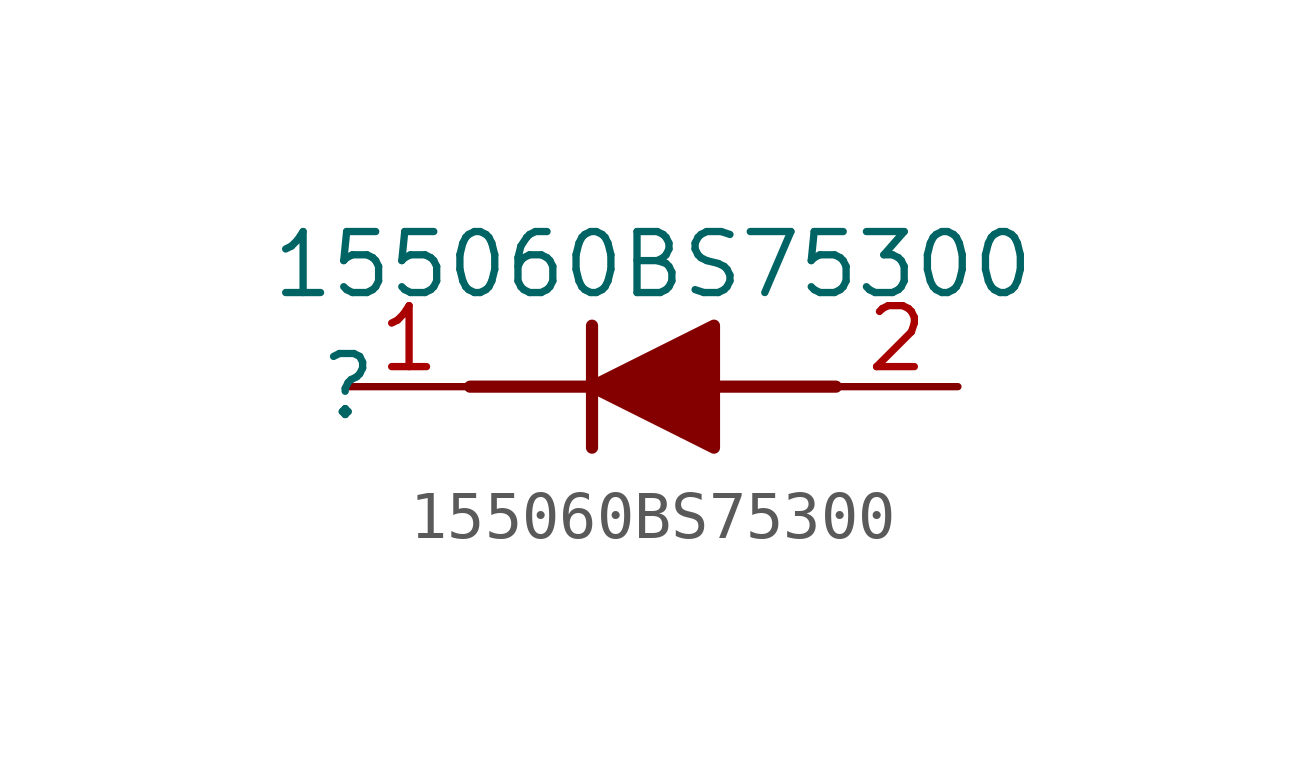
<source format=kicad_sym>
(kicad_symbol_lib
  (version 20211014)
  (generator kicad_symbol_editor)
  (symbol "155060BS75300"
    (pin_names hide)
    (property "Reference" ""
      (at 0 0 0)
      (effects (font (size 1.27 1.27))))
    (property "Value" "155060BS75300"
      (at 6.35 2.54 0)
      (effects (font (size 1.27 1.27))))
    (symbol "155060BS75300_1_1"
      (polyline (pts (xy 2.54 0) (xy 5.08 0)) (stroke (width 0.254) (type default) (color 0 0 0 0)) (fill (type none)))
      (polyline (pts (xy 5.08 1.27) (xy 5.08 -1.27)) (stroke (width 0.254) (type default) (color 0 0 0 0)) (fill (type none)))
      (polyline (pts (xy 7.62 0) (xy 10.16 0)) (stroke (width 0.254) (type default) (color 0 0 0 0)) (fill (type none)))
      (polyline (pts (xy 5.08 0) (xy 7.62 1.27) (xy 7.62 -1.27) (xy 5.08 0)) (stroke (width 0.254) (type default) (color 0 0 0 0)) (fill (type outline)))
      (pin passive line (at 0 0 0) (length 2.54) (name "K" (effects (font (size 1.27 1.27)))) (number "1" (effects (font (size 1.27 1.27)))))
      (pin passive line (at 12.7 0 180) (length 2.54) (name "A" (effects (font (size 1.27 1.27)))) (number "2" (effects (font (size 1.27 1.27))))))))
</source>
